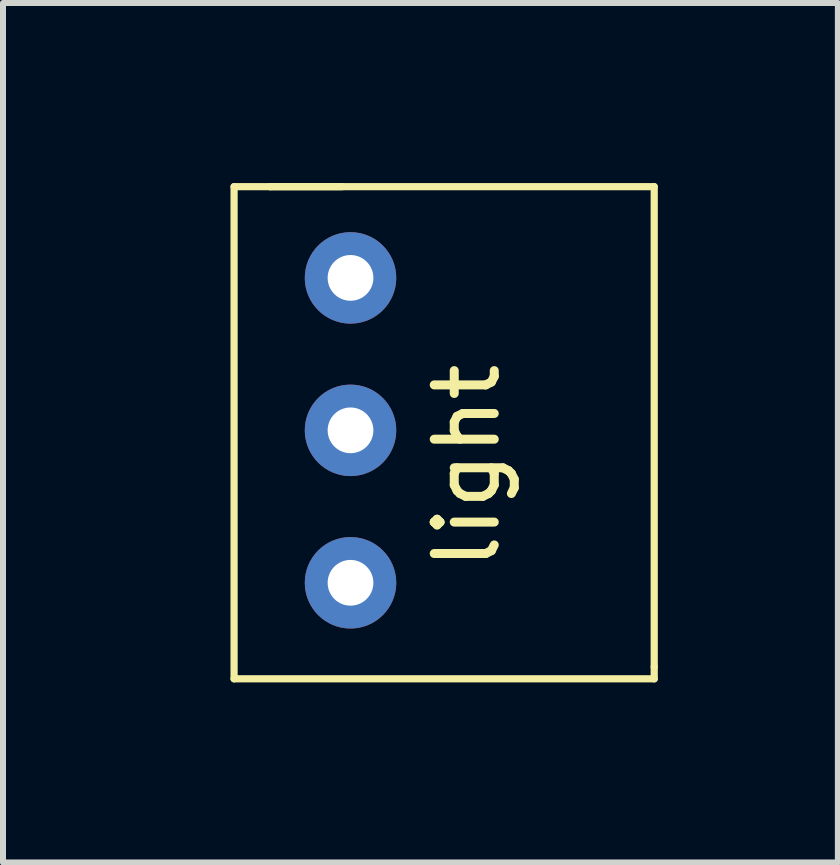
<source format=kicad_pcb>
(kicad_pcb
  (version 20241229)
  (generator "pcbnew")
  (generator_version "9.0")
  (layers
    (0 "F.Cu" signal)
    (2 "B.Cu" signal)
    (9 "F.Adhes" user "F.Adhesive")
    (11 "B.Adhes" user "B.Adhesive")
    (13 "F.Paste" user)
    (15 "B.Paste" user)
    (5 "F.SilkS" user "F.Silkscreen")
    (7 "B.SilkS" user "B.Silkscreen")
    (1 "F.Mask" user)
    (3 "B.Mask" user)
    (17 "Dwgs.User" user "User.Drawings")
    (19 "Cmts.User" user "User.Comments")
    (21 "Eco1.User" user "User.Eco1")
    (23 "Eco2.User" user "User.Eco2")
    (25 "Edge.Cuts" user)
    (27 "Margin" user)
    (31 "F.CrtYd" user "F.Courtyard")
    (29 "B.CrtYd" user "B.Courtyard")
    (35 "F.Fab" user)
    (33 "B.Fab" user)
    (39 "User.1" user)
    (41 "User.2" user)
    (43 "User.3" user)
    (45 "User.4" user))
  (footprint "light"
    (layer "F.Cu")
    (at 0.25 6.66)
    (property "Reference" "light" (at 4.48 -1.94 90) (layer "F.SilkS") (effects (font (size 1 1) (thickness 0.15))))
    (attr through_hole)
    (fp_line (start 0.6 -6.6) (end 1.2 -6.6) (stroke (width 0.12) (type solid)) (layer "F.SilkS"))
    (fp_line (start 0.6 1.6) (end 0.6 -6.6) (stroke (width 0.12) (type solid)) (layer "F.SilkS"))
    (fp_line (start 1.2 -6.6) (end 2.4 -6.6) (stroke (width 0.12) (type solid)) (layer "F.SilkS"))
    (fp_line (start 1.2 -6.6) (end 7.6 -6.6) (stroke (width 0.12) (type solid)) (layer "F.SilkS"))
    (fp_line (start 7.6 -6.6) (end 7.6 1.4) (stroke (width 0.12) (type solid)) (layer "F.SilkS"))
    (fp_line (start 7.6 1.4) (end 7.6 1.6) (stroke (width 0.12) (type solid)) (layer "F.SilkS"))
    (fp_line (start 7.6 1.6) (end 0.6 1.6) (stroke (width 0.12) (type solid)) (layer "F.SilkS"))
    (pad "4" thru_hole circle (at 2.54 -5.08) (size 1.524 1.524) (drill 0.762) (layers "*.Cu" "*.Mask"))
    (pad "5" thru_hole circle (at 2.54 -2.54) (size 1.524 1.524) (drill 0.762) (layers "*.Cu" "*.Mask"))
    (pad "6" thru_hole circle (at 2.54 0) (size 1.524 1.524) (drill 0.762) (layers "*.Cu" "*.Mask")))
  (gr_rect
    (start -3 -3)
    (end 10.91 11.32)
    (stroke (width 0.1) (type default))
    (fill no)
    (layer "Edge.Cuts")))
</source>
